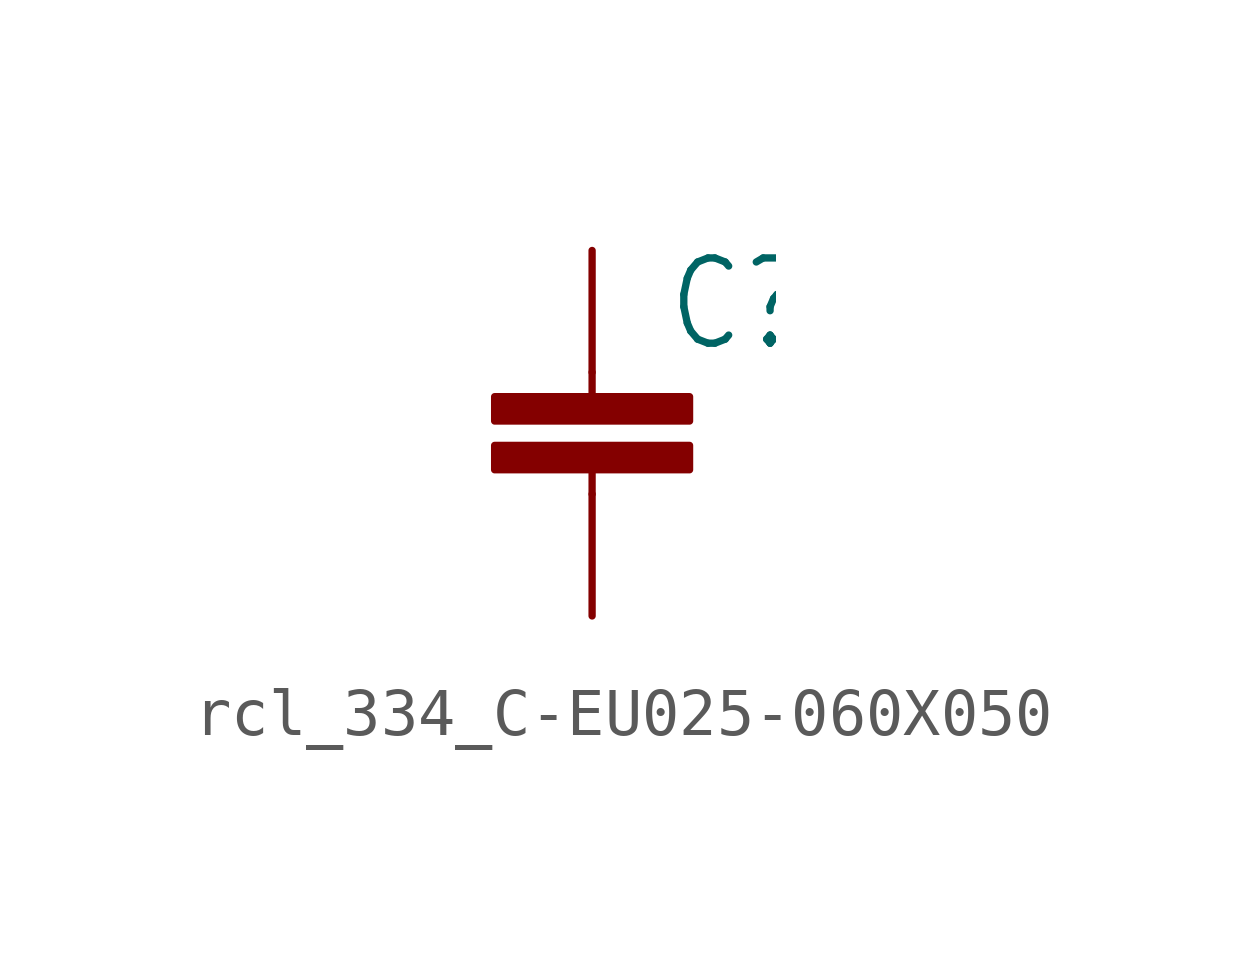
<source format=kicad_sym>
(kicad_symbol_lib
  (version 20241209)
  (generator "kicad_symbol_editor")
  (generator_version "9.0")
  (symbol "rcl_334_C-EU025-060X050"
    (property "Reference" "C"
      (at 1.524 0.381 0)
      (effects (font (size 1.778 1.511)) (justify left bottom)))
    (property "Value" ""
      (at 1.524 -4.699 0)
      (effects (font (size 1.778 1.511)) (justify left bottom)))
    (property "ki_locked" ""
      (at 0 0 0)
      (effects (font (size 1.27 1.27))))
    (symbol "rcl_334_C-EU025-060X050_1_0"
      (rectangle (start -2.032 -1.016) (end 2.032 -0.508) (stroke (width 0) (type default)) (fill (type outline)))
      (rectangle (start -2.032 -2.032) (end 2.032 -1.524) (stroke (width 0) (type default)) (fill (type outline)))
      (polyline (pts (xy 0 0) (xy 0 -0.508)) (stroke (width 0.152) (type solid)) (fill (type none)))
      (polyline (pts (xy 0 -2.54) (xy 0 -2.032)) (stroke (width 0.152) (type solid)) (fill (type none)))
      (pin passive line (at 0 2.54 270) (length 2.54) (name "1" (effects (font (size 0 0)))) (number "1" (effects (font (size 0 0)))))
      (pin passive line (at 0 -5.08 90) (length 2.54) (name "2" (effects (font (size 0 0)))) (number "2" (effects (font (size 0 0))))))))
</source>
